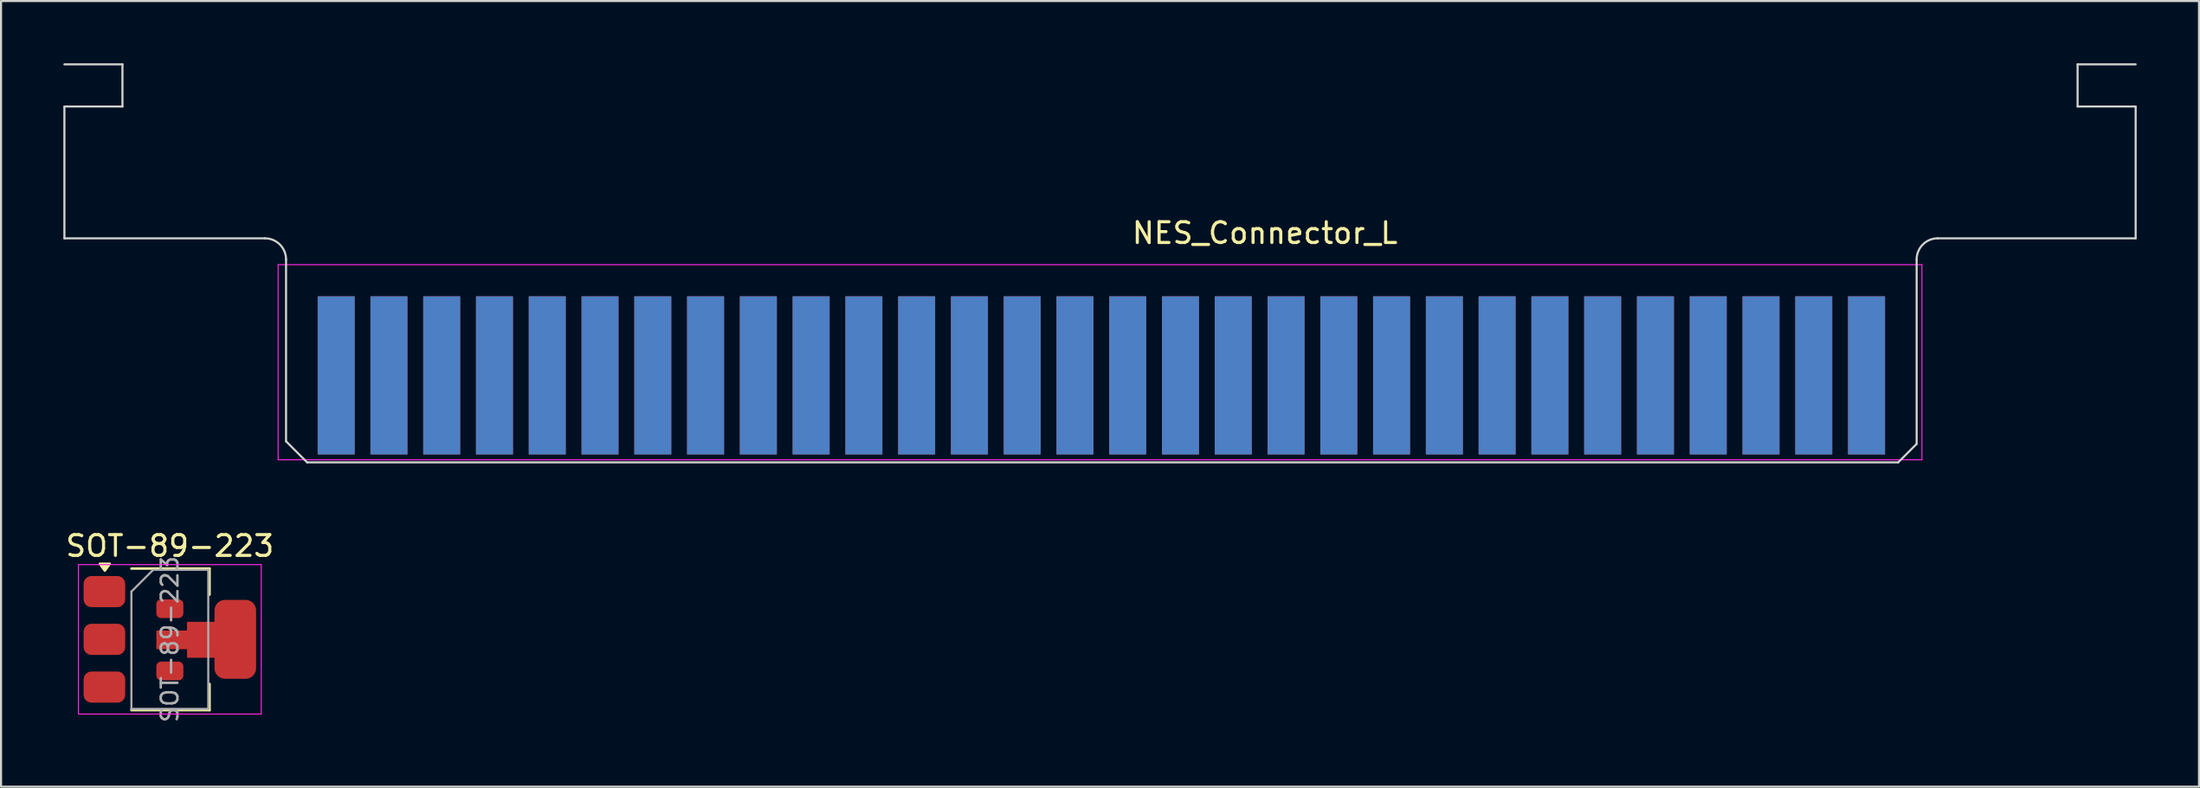
<source format=kicad_pcb>
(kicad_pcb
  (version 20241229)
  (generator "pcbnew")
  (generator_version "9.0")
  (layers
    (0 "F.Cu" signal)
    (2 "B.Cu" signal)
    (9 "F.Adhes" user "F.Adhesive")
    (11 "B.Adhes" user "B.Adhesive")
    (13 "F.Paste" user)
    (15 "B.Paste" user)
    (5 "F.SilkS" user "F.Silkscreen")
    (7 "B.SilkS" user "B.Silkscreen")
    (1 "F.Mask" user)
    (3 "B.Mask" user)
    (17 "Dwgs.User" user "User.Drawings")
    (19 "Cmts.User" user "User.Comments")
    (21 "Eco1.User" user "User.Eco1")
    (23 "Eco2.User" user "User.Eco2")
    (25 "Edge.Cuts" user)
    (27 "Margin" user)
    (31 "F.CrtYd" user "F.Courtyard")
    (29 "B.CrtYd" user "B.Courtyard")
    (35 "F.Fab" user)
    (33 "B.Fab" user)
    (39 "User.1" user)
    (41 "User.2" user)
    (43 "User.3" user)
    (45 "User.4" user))
  (footprint "NES_Connector_L"
    (layer "F.Cu")
    (at 13.131 15.036)
    (property "Reference" "NES_Connector_L" (at 44.704 -6.858 0) (layer "F.SilkS") (effects (font (size 1 1) (thickness 0.15))))
    (attr through_hole)
    (fp_rect (start -2.54 -3.556) (end 76.2 4.318) (stroke (width 0.1) (type solid)) (fill yes) (layer "F.Mask"))
    (fp_rect (start -2.54 -3.556) (end 76.2 4.318) (stroke (width 0.1) (type solid)) (fill yes) (layer "B.Mask"))
    (fp_line (start -13.081 -14.986) (end -10.287 -14.986) (stroke (width 0.1) (type solid)) (layer "Edge.Cuts"))
    (fp_line (start -13.081 -12.954) (end -13.081 -6.604) (stroke (width 0.1) (type solid)) (layer "Edge.Cuts"))
    (fp_line (start -13.081 -6.604) (end -3.429 -6.604) (stroke (width 0.1) (type solid)) (layer "Edge.Cuts"))
    (fp_line (start -10.287 -14.986) (end -10.287 -12.954) (stroke (width 0.1) (type solid)) (layer "Edge.Cuts"))
    (fp_line (start -10.287 -12.954) (end -13.081 -12.954) (stroke (width 0.1) (type solid)) (layer "Edge.Cuts"))
    (fp_line (start -2.413 -5.588) (end -2.413 3.175) (stroke (width 0.1) (type solid)) (layer "Edge.Cuts"))
    (fp_line (start -2.413 3.175) (end -1.397 4.191) (stroke (width 0.1) (type solid)) (layer "Edge.Cuts"))
    (fp_line (start -1.397 4.191) (end 75.184 4.191) (stroke (width 0.1) (type solid)) (layer "Edge.Cuts"))
    (fp_line (start 75.184 4.191) (end 76.073 3.302) (stroke (width 0.1) (type solid)) (layer "Edge.Cuts"))
    (fp_line (start 76.073 3.302) (end 76.073 -5.588) (stroke (width 0.1) (type solid)) (layer "Edge.Cuts"))
    (fp_line (start 77.089 -6.604) (end 86.614 -6.604) (stroke (width 0.1) (type solid)) (layer "Edge.Cuts"))
    (fp_line (start 83.82 -14.986) (end 86.614 -14.986) (stroke (width 0.1) (type solid)) (layer "Edge.Cuts"))
    (fp_line (start 83.82 -12.954) (end 83.82 -14.986) (stroke (width 0.1) (type solid)) (layer "Edge.Cuts"))
    (fp_line (start 86.614 -12.954) (end 83.82 -12.954) (stroke (width 0.1) (type solid)) (layer "Edge.Cuts"))
    (fp_line (start 86.614 -6.604) (end 86.614 -12.954) (stroke (width 0.1) (type solid)) (layer "Edge.Cuts"))
    (fp_arc (start -3.429 -6.604) (mid -2.71058 -6.30642) (end -2.413 -5.588) (stroke (width 0.1) (type solid)) (layer "Edge.Cuts"))
    (fp_arc (start 76.073 -5.588) (mid 76.37058 -6.30642) (end 77.089 -6.604) (stroke (width 0.1) (type solid)) (layer "Edge.Cuts"))
    (fp_line (start -2.794 -5.334) (end -2.794 4.06) (stroke (width 0.05) (type solid)) (layer "F.CrtYd"))
    (fp_line (start -2.794 -5.334) (end 76.327 -5.334) (stroke (width 0.05) (type solid)) (layer "F.CrtYd"))
    (fp_line (start 76.327 4.064) (end -2.794 4.064) (stroke (width 0.05) (type solid)) (layer "F.CrtYd"))
    (fp_line (start 76.327 4.064) (end 76.327 -5.334) (stroke (width 0.05) (type solid)) (layer "F.CrtYd"))
    (pad "A1" connect rect (at 0 0) (size 1.78 7.62) (layers "B.Cu" "B.Mask"))
    (pad "A2" connect rect (at 2.54 0) (size 1.78 7.62) (layers "B.Cu" "B.Mask"))
    (pad "A3" connect rect (at 5.08 0) (size 1.78 7.62) (layers "B.Cu" "B.Mask"))
    (pad "A4" connect rect (at 7.62 0) (size 1.78 7.62) (layers "B.Cu" "B.Mask"))
    (pad "A5" connect rect (at 10.16 0) (size 1.78 7.62) (layers "B.Cu" "B.Mask"))
    (pad "A6" connect rect (at 12.7 0) (size 1.78 7.62) (layers "B.Cu" "B.Mask"))
    (pad "A7" connect rect (at 15.24 0) (size 1.78 7.62) (layers "B.Cu" "B.Mask"))
    (pad "A8" connect rect (at 17.78 0) (size 1.78 7.62) (layers "B.Cu" "B.Mask"))
    (pad "A9" connect rect (at 20.32 0) (size 1.78 7.62) (layers "B.Cu" "B.Mask"))
    (pad "A10" connect rect (at 22.86 0) (size 1.78 7.62) (layers "B.Cu" "B.Mask"))
    (pad "A11" connect rect (at 25.4 0) (size 1.78 7.62) (layers "B.Cu" "B.Mask"))
    (pad "A12" connect rect (at 27.94 0) (size 1.78 7.62) (layers "B.Cu" "B.Mask"))
    (pad "A13" connect rect (at 30.48 0) (size 1.78 7.62) (layers "B.Cu" "B.Mask"))
    (pad "A14" connect rect (at 33.02 0) (size 1.78 7.62) (layers "B.Cu" "B.Mask"))
    (pad "A15" connect rect (at 35.56 0) (size 1.78 7.62) (layers "B.Cu" "B.Mask"))
    (pad "A16" connect rect (at 38.1 0) (size 1.78 7.62) (layers "B.Cu" "B.Mask"))
    (pad "A17" connect rect (at 40.64 0) (size 1.78 7.62) (layers "B.Cu" "B.Mask"))
    (pad "A18" connect rect (at 43.18 0) (size 1.78 7.62) (layers "B.Cu" "B.Mask"))
    (pad "A19" connect rect (at 45.72 0) (size 1.78 7.62) (layers "B.Cu" "B.Mask"))
    (pad "A20" connect rect (at 48.26 0) (size 1.78 7.62) (layers "B.Cu" "B.Mask"))
    (pad "A21" connect rect (at 50.8 0) (size 1.78 7.62) (layers "B.Cu" "B.Mask"))
    (pad "A22" connect rect (at 53.34 0) (size 1.78 7.62) (layers "B.Cu" "B.Mask"))
    (pad "A23" connect rect (at 55.88 0) (size 1.78 7.62) (layers "B.Cu" "B.Mask"))
    (pad "A24" connect rect (at 58.42 0) (size 1.78 7.62) (layers "B.Cu" "B.Mask"))
    (pad "A25" connect rect (at 60.96 0) (size 1.78 7.62) (layers "B.Cu" "B.Mask"))
    (pad "A26" connect rect (at 63.5 0) (size 1.78 7.62) (layers "B.Cu" "B.Mask"))
    (pad "A27" connect rect (at 66.04 0) (size 1.78 7.62) (layers "B.Cu" "B.Mask"))
    (pad "A28" connect rect (at 68.58 0) (size 1.78 7.62) (layers "B.Cu" "B.Mask"))
    (pad "A29" connect rect (at 71.12 0) (size 1.78 7.62) (layers "B.Cu" "B.Mask"))
    (pad "A30" connect rect (at 73.66 0) (size 1.78 7.62) (layers "B.Cu" "B.Mask"))
    (pad "B1" connect rect (at 0 0) (size 1.78 7.62) (layers "F.Cu" "F.Mask"))
    (pad "B2" connect rect (at 2.54 0) (size 1.78 7.62) (layers "F.Cu" "F.Mask"))
    (pad "B3" connect rect (at 5.08 0) (size 1.78 7.62) (layers "F.Cu" "F.Mask"))
    (pad "B4" connect rect (at 7.62 0) (size 1.78 7.62) (layers "F.Cu" "F.Mask"))
    (pad "B5" connect rect (at 10.16 0) (size 1.78 7.62) (layers "F.Cu" "F.Mask"))
    (pad "B6" connect rect (at 12.7 0) (size 1.78 7.62) (layers "F.Cu" "F.Mask"))
    (pad "B7" connect rect (at 15.24 0) (size 1.78 7.62) (layers "F.Cu" "F.Mask"))
    (pad "B8" connect rect (at 17.78 0) (size 1.78 7.62) (layers "F.Cu" "F.Mask"))
    (pad "B9" connect rect (at 20.32 0) (size 1.78 7.62) (layers "F.Cu" "F.Mask"))
    (pad "B10" connect rect (at 22.86 0) (size 1.78 7.62) (layers "F.Cu" "F.Mask"))
    (pad "B11" connect rect (at 25.4 0) (size 1.78 7.62) (layers "F.Cu" "F.Mask"))
    (pad "B12" connect rect (at 27.94 0) (size 1.78 7.62) (layers "F.Cu" "F.Mask"))
    (pad "B13" connect rect (at 30.48 0) (size 1.78 7.62) (layers "F.Cu" "F.Mask"))
    (pad "B14" connect rect (at 33.02 0) (size 1.78 7.62) (layers "F.Cu" "F.Mask"))
    (pad "B15" connect rect (at 35.56 0) (size 1.78 7.62) (layers "F.Cu" "F.Mask"))
    (pad "B16" connect rect (at 38.1 0) (size 1.78 7.62) (layers "F.Cu" "F.Mask"))
    (pad "B17" connect rect (at 40.64 0) (size 1.78 7.62) (layers "F.Cu" "F.Mask"))
    (pad "B18" connect rect (at 43.18 0) (size 1.78 7.62) (layers "F.Cu" "F.Mask"))
    (pad "B19" connect rect (at 45.72 0) (size 1.78 7.62) (layers "F.Cu" "F.Mask"))
    (pad "B20" connect rect (at 48.26 0) (size 1.78 7.62) (layers "F.Cu" "F.Mask"))
    (pad "B21" connect rect (at 50.8 0) (size 1.78 7.62) (layers "F.Cu" "F.Mask"))
    (pad "B22" connect rect (at 53.34 0) (size 1.78 7.62) (layers "F.Cu" "F.Mask"))
    (pad "B23" connect rect (at 55.88 0) (size 1.78 7.62) (layers "F.Cu" "F.Mask"))
    (pad "B24" connect rect (at 58.42 0) (size 1.78 7.62) (layers "F.Cu" "F.Mask"))
    (pad "B25" connect rect (at 60.96 0) (size 1.78 7.62) (layers "F.Cu" "F.Mask"))
    (pad "B26" connect rect (at 63.5 0) (size 1.78 7.62) (layers "F.Cu" "F.Mask"))
    (pad "B27" connect rect (at 66.04 0) (size 1.78 7.62) (layers "F.Cu" "F.Mask"))
    (pad "B28" connect rect (at 68.58 0) (size 1.78 7.62) (layers "F.Cu" "F.Mask"))
    (pad "B29" connect rect (at 71.12 0) (size 1.78 7.62) (layers "F.Cu" "F.Mask"))
    (pad "B30" connect rect (at 73.66 0) (size 1.78 7.62) (layers "F.Cu" "F.Mask")))
  (footprint "SOT-89-223"
    (layer "F.Cu")
    (at 5.125 27.752)
    (property "Reference" "SOT-89-223" (at 0 -4.5 0) (layer "F.SilkS") (effects (font (size 1 1) (thickness 0.15))))
    (attr smd)
    (fp_line (start -1.85 -3.41) (end 1.91 -3.41) (stroke (width 0.12) (type solid)) (layer "F.SilkS"))
    (fp_line (start -1.85 3.41) (end 1.91 3.41) (stroke (width 0.12) (type solid)) (layer "F.SilkS"))
    (fp_line (start 1.91 -3.41) (end 1.91 -2.15) (stroke (width 0.12) (type solid)) (layer "F.SilkS"))
    (fp_line (start 1.91 3.41) (end 1.91 2.15) (stroke (width 0.12) (type solid)) (layer "F.SilkS"))
    (fp_poly (pts (xy -3.13 -3.31) (xy -3.37 -3.64) (xy -2.89 -3.64) (xy -3.13 -3.31)) (stroke (width 0.12) (type solid)) (fill yes) (layer "F.SilkS"))
    (fp_line (start -4.4 -3.6) (end -4.4 3.6) (stroke (width 0.05) (type solid)) (layer "F.CrtYd"))
    (fp_line (start -4.4 3.6) (end 4.4 3.6) (stroke (width 0.05) (type solid)) (layer "F.CrtYd"))
    (fp_line (start 4.4 -3.6) (end -4.4 -3.6) (stroke (width 0.05) (type solid)) (layer "F.CrtYd"))
    (fp_line (start 4.4 3.6) (end 4.4 -3.6) (stroke (width 0.05) (type solid)) (layer "F.CrtYd"))
    (fp_line (start -1.85 -2.3) (end -1.85 3.35) (stroke (width 0.1) (type solid)) (layer "F.Fab"))
    (fp_line (start -1.85 -2.3) (end -0.8 -3.35) (stroke (width 0.1) (type solid)) (layer "F.Fab"))
    (fp_line (start -1.85 3.35) (end 1.85 3.35) (stroke (width 0.1) (type solid)) (layer "F.Fab"))
    (fp_line (start -0.8 -3.35) (end 1.85 -3.35) (stroke (width 0.1) (type solid)) (layer "F.Fab"))
    (fp_line (start 1.85 -3.35) (end 1.85 3.35) (stroke (width 0.1) (type solid)) (layer "F.Fab"))
    (fp_text user "${REFERENCE}" (at 0 0 90) (layer "F.Fab") (effects (font (size 0.8 0.8) (thickness 0.12))))
    (pad "1" smd roundrect (at -3.15 -2.3) (size 2 1.5) (layers "F.Cu" "F.Mask" "F.Paste") (roundrect_rratio 0.25))
    (pad "1" smd roundrect (at 0 -1.476) (size 1.3 0.9) (layers "F.Cu" "F.Mask" "F.Paste") (roundrect_rratio 0.25))
    (pad "2" smd roundrect (at -3.15 0) (size 2 1.5) (layers "F.Cu" "F.Mask" "F.Paste") (roundrect_rratio 0.25))
    (pad "2" smd custom (at 3.15 0) (size 2 2) (layers "F.Cu" "F.Mask" "F.Paste") (options (anchor circle)) (primitives (gr_poly (pts (xy -1 -1.4) (xy -0.989 -1.506) (xy -0.939 -1.64) (xy -0.854 -1.754) (xy -0.74 -1.839) (xy -0.606 -1.889) (xy -0.5 -1.9) (xy 0.5 -1.9) (xy 0.606 -1.889) (xy 0.74 -1.839) (xy 0.854 -1.754) (xy 0.939 -1.64) (xy 0.989 -1.506) (xy 1 -1.4) (xy 1 1.4) (xy 0.989 1.506) (xy 0.939 1.64) (xy 0.854 1.754) (xy 0.74 1.839) (xy 0.606 1.889) (xy 0.5 1.9) (xy -0.5 1.9) (xy -0.606 1.889) (xy -0.74 1.839) (xy -0.854 1.754) (xy -0.939 1.64) (xy -0.989 1.506) (xy -1 1.4)) (width 0) (fill yes)) (gr_poly (pts (xy 0.8 0.89) (xy -2.325 0.89) (xy -2.325 0.474) (xy -3.8 0.474) (xy -3.8 -0.426) (xy -2.325 -0.426) (xy -2.325 -0.843) (xy 0.8 -0.843)) (width 0) (fill yes))))
    (pad "3" smd roundrect (at -3.15 2.3) (size 2 1.5) (layers "F.Cu" "F.Mask" "F.Paste") (roundrect_rratio 0.25))
    (pad "3" smd roundrect (at 0 1.524) (size 1.3 0.9) (layers "F.Cu" "F.Mask" "F.Paste") (roundrect_rratio 0.25)))
  (gr_rect
    (start -3 -3)
    (end 102.795 34.852)
    (stroke (width 0.1) (type default))
    (fill no)
    (layer "Edge.Cuts")))
</source>
